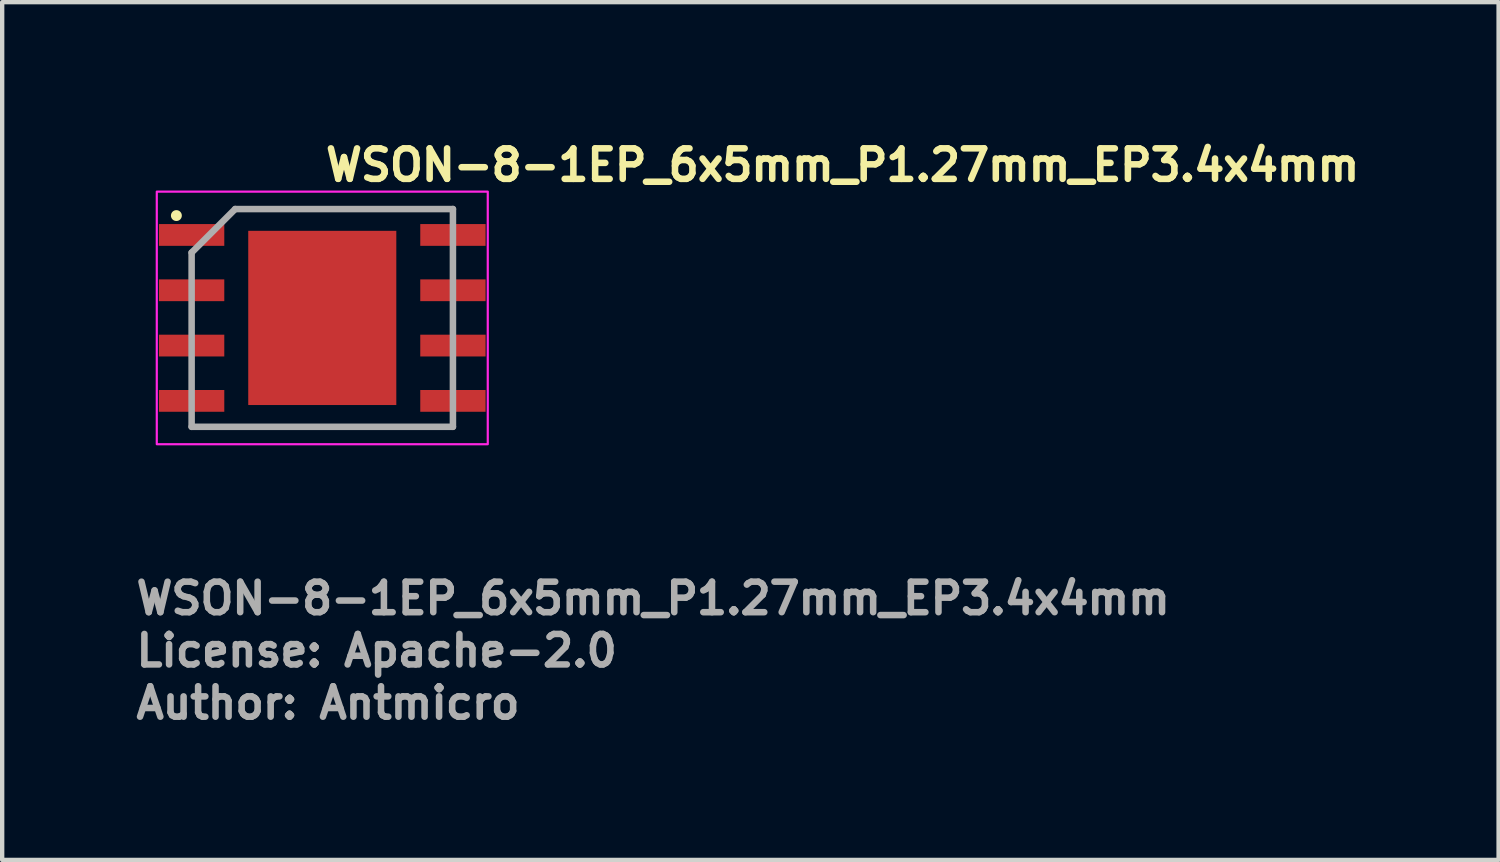
<source format=kicad_pcb>
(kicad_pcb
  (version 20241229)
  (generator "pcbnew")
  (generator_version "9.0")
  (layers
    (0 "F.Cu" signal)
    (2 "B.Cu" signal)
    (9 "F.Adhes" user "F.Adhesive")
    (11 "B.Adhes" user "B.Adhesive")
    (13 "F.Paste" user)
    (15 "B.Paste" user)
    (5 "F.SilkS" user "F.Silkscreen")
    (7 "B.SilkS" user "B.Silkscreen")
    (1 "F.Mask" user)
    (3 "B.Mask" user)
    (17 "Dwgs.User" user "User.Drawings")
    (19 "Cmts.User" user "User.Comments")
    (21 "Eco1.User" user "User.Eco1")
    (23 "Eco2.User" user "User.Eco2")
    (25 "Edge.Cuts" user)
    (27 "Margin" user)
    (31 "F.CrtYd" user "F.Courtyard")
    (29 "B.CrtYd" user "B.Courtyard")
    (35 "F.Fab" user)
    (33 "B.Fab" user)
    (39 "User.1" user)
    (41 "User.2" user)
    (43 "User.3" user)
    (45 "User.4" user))
  (footprint "WSON-8-1EP_6x5mm_P1.27mm_EP3.4x4mm"
    (layer "F.Cu")
    (at 4.35 4.25)
    (property "Reference" "WSON-8-1EP_6x5mm_P1.27mm_EP3.4x4mm" (at 0 -3.1 0) (layer "F.SilkS") (effects (font (size 0.7 0.7) (thickness 0.15)) (justify left bottom)))
    (attr smd)
    (fp_circle (center -3.35 -2.35) (end -3.3 -2.35) (stroke (width 0.15) (type solid)) (fill yes) (layer "F.SilkS"))
    (fp_rect (start -3.8 -2.9) (end 3.8 2.9) (stroke (width 0.05) (type solid)) (fill no) (layer "F.CrtYd"))
    (fp_line (start -3 -1.5) (end -3 2.5) (stroke (width 0.15) (type solid)) (layer "F.Fab"))
    (fp_line (start -3 2.5) (end 3 2.5) (stroke (width 0.15) (type solid)) (layer "F.Fab"))
    (fp_line (start -2 -2.5) (end -3 -1.5) (stroke (width 0.15) (type solid)) (layer "F.Fab"))
    (fp_line (start 3 -2.5) (end -2 -2.5) (stroke (width 0.15) (type solid)) (layer "F.Fab"))
    (fp_line (start 3 2.5) (end 3 -2.5) (stroke (width 0.15) (type solid)) (layer "F.Fab"))
    (fp_rect (start -3 -2.5) (end 3 2.5) (stroke (width 0.1) (type solid)) (fill no) (layer "User.5"))
    (fp_line (start -3 -2.5) (end -3 2.5) (stroke (width 0.02) (type solid)) (layer "User.9"))
    (fp_line (start -3 2.5) (end 3 2.5) (stroke (width 0.02) (type solid)) (layer "User.9"))
    (fp_line (start -2.81 -2.119) (end -2.809 -2.109) (stroke (width 0.02) (type solid)) (layer "User.9"))
    (fp_line (start -2.81 -2.119) (end -2.809 -2.109) (stroke (width 0.02) (type solid)) (layer "User.9"))
    (fp_line (start -2.809 -2.138) (end -2.809 -2.129) (stroke (width 0.02) (type solid)) (layer "User.9"))
    (fp_line (start -2.809 -2.138) (end -2.809 -2.129) (stroke (width 0.02) (type solid)) (layer "User.9"))
    (fp_line (start -2.809 -2.129) (end -2.81 -2.119) (stroke (width 0.02) (type solid)) (layer "User.9"))
    (fp_line (start -2.809 -2.129) (end -2.81 -2.119) (stroke (width 0.02) (type solid)) (layer "User.9"))
    (fp_line (start -2.809 -2.109) (end -2.809 -2.1) (stroke (width 0.02) (type solid)) (layer "User.9"))
    (fp_line (start -2.809 -2.109) (end -2.809 -2.1) (stroke (width 0.02) (type solid)) (layer "User.9"))
    (fp_line (start -2.809 -2.1) (end -2.807 -2.09) (stroke (width 0.02) (type solid)) (layer "User.9"))
    (fp_line (start -2.809 -2.1) (end -2.807 -2.09) (stroke (width 0.02) (type solid)) (layer "User.9"))
    (fp_line (start -2.807 -2.148) (end -2.809 -2.138) (stroke (width 0.02) (type solid)) (layer "User.9"))
    (fp_line (start -2.807 -2.148) (end -2.809 -2.138) (stroke (width 0.02) (type solid)) (layer "User.9"))
    (fp_line (start -2.807 -2.09) (end -2.806 -2.081) (stroke (width 0.02) (type solid)) (layer "User.9"))
    (fp_line (start -2.807 -2.09) (end -2.806 -2.081) (stroke (width 0.02) (type solid)) (layer "User.9"))
    (fp_line (start -2.806 -2.157) (end -2.807 -2.148) (stroke (width 0.02) (type solid)) (layer "User.9"))
    (fp_line (start -2.806 -2.157) (end -2.807 -2.148) (stroke (width 0.02) (type solid)) (layer "User.9"))
    (fp_line (start -2.806 -2.081) (end -2.804 -2.071) (stroke (width 0.02) (type solid)) (layer "User.9"))
    (fp_line (start -2.806 -2.081) (end -2.804 -2.071) (stroke (width 0.02) (type solid)) (layer "User.9"))
    (fp_line (start -2.804 -2.071) (end -2.801 -2.062) (stroke (width 0.02) (type solid)) (layer "User.9"))
    (fp_line (start -2.804 -2.071) (end -2.801 -2.062) (stroke (width 0.02) (type solid)) (layer "User.9"))
    (fp_line (start -2.803 -2.167) (end -2.806 -2.157) (stroke (width 0.02) (type solid)) (layer "User.9"))
    (fp_line (start -2.803 -2.167) (end -2.806 -2.157) (stroke (width 0.02) (type solid)) (layer "User.9"))
    (fp_line (start -2.801 -2.176) (end -2.803 -2.167) (stroke (width 0.02) (type solid)) (layer "User.9"))
    (fp_line (start -2.801 -2.176) (end -2.803 -2.167) (stroke (width 0.02) (type solid)) (layer "User.9"))
    (fp_line (start -2.801 -2.062) (end -2.798 -2.054) (stroke (width 0.02) (type solid)) (layer "User.9"))
    (fp_line (start -2.801 -2.062) (end -2.798 -2.054) (stroke (width 0.02) (type solid)) (layer "User.9"))
    (fp_line (start -2.798 -2.184) (end -2.801 -2.176) (stroke (width 0.02) (type solid)) (layer "User.9"))
    (fp_line (start -2.798 -2.184) (end -2.801 -2.176) (stroke (width 0.02) (type solid)) (layer "User.9"))
    (fp_line (start -2.798 -2.054) (end -2.795 -2.045) (stroke (width 0.02) (type solid)) (layer "User.9"))
    (fp_line (start -2.798 -2.054) (end -2.795 -2.045) (stroke (width 0.02) (type solid)) (layer "User.9"))
    (fp_line (start -2.795 -2.193) (end -2.798 -2.184) (stroke (width 0.02) (type solid)) (layer "User.9"))
    (fp_line (start -2.795 -2.193) (end -2.798 -2.184) (stroke (width 0.02) (type solid)) (layer "User.9"))
    (fp_line (start -2.795 -2.045) (end -2.791 -2.036) (stroke (width 0.02) (type solid)) (layer "User.9"))
    (fp_line (start -2.795 -2.045) (end -2.791 -2.036) (stroke (width 0.02) (type solid)) (layer "User.9"))
    (fp_line (start -2.791 -2.202) (end -2.795 -2.193) (stroke (width 0.02) (type solid)) (layer "User.9"))
    (fp_line (start -2.791 -2.202) (end -2.795 -2.193) (stroke (width 0.02) (type solid)) (layer "User.9"))
    (fp_line (start -2.791 -2.036) (end -2.787 -2.028) (stroke (width 0.02) (type solid)) (layer "User.9"))
    (fp_line (start -2.791 -2.036) (end -2.787 -2.028) (stroke (width 0.02) (type solid)) (layer "User.9"))
    (fp_line (start -2.787 -2.028) (end -2.782 -2.02) (stroke (width 0.02) (type solid)) (layer "User.9"))
    (fp_line (start -2.787 -2.028) (end -2.782 -2.02) (stroke (width 0.02) (type solid)) (layer "User.9"))
    (fp_line (start -2.786 -2.21) (end -2.791 -2.202) (stroke (width 0.02) (type solid)) (layer "User.9"))
    (fp_line (start -2.786 -2.21) (end -2.791 -2.202) (stroke (width 0.02) (type solid)) (layer "User.9"))
    (fp_line (start -2.782 -2.218) (end -2.786 -2.21) (stroke (width 0.02) (type solid)) (layer "User.9"))
    (fp_line (start -2.782 -2.218) (end -2.786 -2.21) (stroke (width 0.02) (type solid)) (layer "User.9"))
    (fp_line (start -2.782 -2.02) (end -2.777 -2.013) (stroke (width 0.02) (type solid)) (layer "User.9"))
    (fp_line (start -2.782 -2.02) (end -2.777 -2.013) (stroke (width 0.02) (type solid)) (layer "User.9"))
    (fp_line (start -2.777 -2.225) (end -2.782 -2.218) (stroke (width 0.02) (type solid)) (layer "User.9"))
    (fp_line (start -2.777 -2.225) (end -2.782 -2.218) (stroke (width 0.02) (type solid)) (layer "User.9"))
    (fp_line (start -2.777 -2.013) (end -2.772 -2.005) (stroke (width 0.02) (type solid)) (layer "User.9"))
    (fp_line (start -2.777 -2.013) (end -2.772 -2.005) (stroke (width 0.02) (type solid)) (layer "User.9"))
    (fp_line (start -2.772 -2.233) (end -2.777 -2.225) (stroke (width 0.02) (type solid)) (layer "User.9"))
    (fp_line (start -2.772 -2.233) (end -2.777 -2.225) (stroke (width 0.02) (type solid)) (layer "User.9"))
    (fp_line (start -2.772 -2.005) (end -2.766 -1.998) (stroke (width 0.02) (type solid)) (layer "User.9"))
    (fp_line (start -2.772 -2.005) (end -2.766 -1.998) (stroke (width 0.02) (type solid)) (layer "User.9"))
    (fp_line (start -2.766 -2.24) (end -2.772 -2.233) (stroke (width 0.02) (type solid)) (layer "User.9"))
    (fp_line (start -2.766 -2.24) (end -2.772 -2.233) (stroke (width 0.02) (type solid)) (layer "User.9"))
    (fp_line (start -2.766 -1.998) (end -2.76 -1.991) (stroke (width 0.02) (type solid)) (layer "User.9"))
    (fp_line (start -2.766 -1.998) (end -2.76 -1.991) (stroke (width 0.02) (type solid)) (layer "User.9"))
    (fp_line (start -2.76 -2.247) (end -2.766 -2.24) (stroke (width 0.02) (type solid)) (layer "User.9"))
    (fp_line (start -2.76 -2.247) (end -2.766 -2.24) (stroke (width 0.02) (type solid)) (layer "User.9"))
    (fp_line (start -2.76 -1.991) (end -2.754 -1.984) (stroke (width 0.02) (type solid)) (layer "User.9"))
    (fp_line (start -2.76 -1.991) (end -2.754 -1.984) (stroke (width 0.02) (type solid)) (layer "User.9"))
    (fp_line (start -2.754 -2.254) (end -2.76 -2.247) (stroke (width 0.02) (type solid)) (layer "User.9"))
    (fp_line (start -2.754 -2.254) (end -2.76 -2.247) (stroke (width 0.02) (type solid)) (layer "User.9"))
    (fp_line (start -2.754 -1.984) (end -2.747 -1.978) (stroke (width 0.02) (type solid)) (layer "User.9"))
    (fp_line (start -2.754 -1.984) (end -2.747 -1.978) (stroke (width 0.02) (type solid)) (layer "User.9"))
    (fp_line (start -2.747 -2.26) (end -2.754 -2.254) (stroke (width 0.02) (type solid)) (layer "User.9"))
    (fp_line (start -2.747 -2.26) (end -2.754 -2.254) (stroke (width 0.02) (type solid)) (layer "User.9"))
    (fp_line (start -2.747 -1.978) (end -2.74 -1.972) (stroke (width 0.02) (type solid)) (layer "User.9"))
    (fp_line (start -2.747 -1.978) (end -2.74 -1.972) (stroke (width 0.02) (type solid)) (layer "User.9"))
    (fp_line (start -2.74 -2.266) (end -2.747 -2.26) (stroke (width 0.02) (type solid)) (layer "User.9"))
    (fp_line (start -2.74 -2.266) (end -2.747 -2.26) (stroke (width 0.02) (type solid)) (layer "User.9"))
    (fp_line (start -2.74 -1.972) (end -2.733 -1.966) (stroke (width 0.02) (type solid)) (layer "User.9"))
    (fp_line (start -2.74 -1.972) (end -2.733 -1.966) (stroke (width 0.02) (type solid)) (layer "User.9"))
    (fp_line (start -2.733 -2.272) (end -2.74 -2.266) (stroke (width 0.02) (type solid)) (layer "User.9"))
    (fp_line (start -2.733 -2.272) (end -2.74 -2.266) (stroke (width 0.02) (type solid)) (layer "User.9"))
    (fp_line (start -2.733 -1.966) (end -2.726 -1.961) (stroke (width 0.02) (type solid)) (layer "User.9"))
    (fp_line (start -2.733 -1.966) (end -2.726 -1.961) (stroke (width 0.02) (type solid)) (layer "User.9"))
    (fp_line (start -2.726 -1.961) (end -2.718 -1.956) (stroke (width 0.02) (type solid)) (layer "User.9"))
    (fp_line (start -2.726 -1.961) (end -2.718 -1.956) (stroke (width 0.02) (type solid)) (layer "User.9"))
    (fp_line (start -2.725 -2.277) (end -2.733 -2.272) (stroke (width 0.02) (type solid)) (layer "User.9"))
    (fp_line (start -2.725 -2.277) (end -2.733 -2.272) (stroke (width 0.02) (type solid)) (layer "User.9"))
    (fp_line (start -2.718 -2.282) (end -2.725 -2.277) (stroke (width 0.02) (type solid)) (layer "User.9"))
    (fp_line (start -2.718 -2.282) (end -2.725 -2.277) (stroke (width 0.02) (type solid)) (layer "User.9"))
    (fp_line (start -2.718 -1.956) (end -2.71 -1.952) (stroke (width 0.02) (type solid)) (layer "User.9"))
    (fp_line (start -2.718 -1.956) (end -2.71 -1.952) (stroke (width 0.02) (type solid)) (layer "User.9"))
    (fp_line (start -2.71 -2.286) (end -2.718 -2.282) (stroke (width 0.02) (type solid)) (layer "User.9"))
    (fp_line (start -2.71 -2.286) (end -2.718 -2.282) (stroke (width 0.02) (type solid)) (layer "User.9"))
    (fp_line (start -2.71 -1.952) (end -2.702 -1.947) (stroke (width 0.02) (type solid)) (layer "User.9"))
    (fp_line (start -2.71 -1.952) (end -2.702 -1.947) (stroke (width 0.02) (type solid)) (layer "User.9"))
    (fp_line (start -2.702 -2.291) (end -2.71 -2.286) (stroke (width 0.02) (type solid)) (layer "User.9"))
    (fp_line (start -2.702 -2.291) (end -2.71 -2.286) (stroke (width 0.02) (type solid)) (layer "User.9"))
    (fp_line (start -2.702 -1.947) (end -2.693 -1.944) (stroke (width 0.02) (type solid)) (layer "User.9"))
    (fp_line (start -2.702 -1.947) (end -2.693 -1.944) (stroke (width 0.02) (type solid)) (layer "User.9"))
    (fp_line (start -2.693 -2.294) (end -2.702 -2.291) (stroke (width 0.02) (type solid)) (layer "User.9"))
    (fp_line (start -2.693 -2.294) (end -2.702 -2.291) (stroke (width 0.02) (type solid)) (layer "User.9"))
    (fp_line (start -2.693 -1.944) (end -2.685 -1.94) (stroke (width 0.02) (type solid)) (layer "User.9"))
    (fp_line (start -2.693 -1.944) (end -2.685 -1.94) (stroke (width 0.02) (type solid)) (layer "User.9"))
    (fp_line (start -2.685 -1.94) (end -2.676 -1.937) (stroke (width 0.02) (type solid)) (layer "User.9"))
    (fp_line (start -2.685 -1.94) (end -2.676 -1.937) (stroke (width 0.02) (type solid)) (layer "User.9"))
    (fp_line (start -2.684 -2.298) (end -2.693 -2.294) (stroke (width 0.02) (type solid)) (layer "User.9"))
    (fp_line (start -2.684 -2.298) (end -2.693 -2.294) (stroke (width 0.02) (type solid)) (layer "User.9"))
    (fp_line (start -2.676 -2.301) (end -2.684 -2.298) (stroke (width 0.02) (type solid)) (layer "User.9"))
    (fp_line (start -2.676 -2.301) (end -2.684 -2.298) (stroke (width 0.02) (type solid)) (layer "User.9"))
    (fp_line (start -2.676 -1.937) (end -2.667 -1.935) (stroke (width 0.02) (type solid)) (layer "User.9"))
    (fp_line (start -2.676 -1.937) (end -2.667 -1.935) (stroke (width 0.02) (type solid)) (layer "User.9"))
    (fp_line (start -2.667 -2.303) (end -2.676 -2.301) (stroke (width 0.02) (type solid)) (layer "User.9"))
    (fp_line (start -2.667 -2.303) (end -2.676 -2.301) (stroke (width 0.02) (type solid)) (layer "User.9"))
    (fp_line (start -2.667 -1.935) (end -2.657 -1.932) (stroke (width 0.02) (type solid)) (layer "User.9"))
    (fp_line (start -2.667 -1.935) (end -2.657 -1.932) (stroke (width 0.02) (type solid)) (layer "User.9"))
    (fp_line (start -2.657 -2.306) (end -2.667 -2.303) (stroke (width 0.02) (type solid)) (layer "User.9"))
    (fp_line (start -2.657 -2.306) (end -2.667 -2.303) (stroke (width 0.02) (type solid)) (layer "User.9"))
    (fp_line (start -2.657 -1.932) (end -2.648 -1.931) (stroke (width 0.02) (type solid)) (layer "User.9"))
    (fp_line (start -2.657 -1.932) (end -2.648 -1.931) (stroke (width 0.02) (type solid)) (layer "User.9"))
    (fp_line (start -2.648 -2.307) (end -2.657 -2.306) (stroke (width 0.02) (type solid)) (layer "User.9"))
    (fp_line (start -2.648 -2.307) (end -2.657 -2.306) (stroke (width 0.02) (type solid)) (layer "User.9"))
    (fp_line (start -2.648 -1.931) (end -2.639 -1.93) (stroke (width 0.02) (type solid)) (layer "User.9"))
    (fp_line (start -2.648 -1.931) (end -2.639 -1.93) (stroke (width 0.02) (type solid)) (layer "User.9"))
    (fp_line (start -2.639 -1.93) (end -2.629 -1.929) (stroke (width 0.02) (type solid)) (layer "User.9"))
    (fp_line (start -2.639 -1.93) (end -2.629 -1.929) (stroke (width 0.02) (type solid)) (layer "User.9"))
    (fp_line (start -2.638 -2.308) (end -2.648 -2.307) (stroke (width 0.02) (type solid)) (layer "User.9"))
    (fp_line (start -2.638 -2.308) (end -2.648 -2.307) (stroke (width 0.02) (type solid)) (layer "User.9"))
    (fp_line (start -2.629 -2.309) (end -2.638 -2.308) (stroke (width 0.02) (type solid)) (layer "User.9"))
    (fp_line (start -2.629 -2.309) (end -2.638 -2.308) (stroke (width 0.02) (type solid)) (layer "User.9"))
    (fp_line (start -2.629 -1.929) (end -2.619 -1.929) (stroke (width 0.02) (type solid)) (layer "User.9"))
    (fp_line (start -2.629 -1.929) (end -2.619 -1.929) (stroke (width 0.02) (type solid)) (layer "User.9"))
    (fp_line (start -2.619 -2.309) (end -2.629 -2.309) (stroke (width 0.02) (type solid)) (layer "User.9"))
    (fp_line (start -2.619 -2.309) (end -2.629 -2.309) (stroke (width 0.02) (type solid)) (layer "User.9"))
    (fp_line (start -2.619 -1.929) (end -2.609 -1.929) (stroke (width 0.02) (type solid)) (layer "User.9"))
    (fp_line (start -2.619 -1.929) (end -2.609 -1.929) (stroke (width 0.02) (type solid)) (layer "User.9"))
    (fp_line (start -2.609 -2.309) (end -2.619 -2.309) (stroke (width 0.02) (type solid)) (layer "User.9"))
    (fp_line (start -2.609 -2.309) (end -2.619 -2.309) (stroke (width 0.02) (type solid)) (layer "User.9"))
    (fp_line (start -2.609 -1.929) (end -2.6 -1.93) (stroke (width 0.02) (type solid)) (layer "User.9"))
    (fp_line (start -2.609 -1.929) (end -2.6 -1.93) (stroke (width 0.02) (type solid)) (layer "User.9"))
    (fp_line (start -2.6 -1.93) (end -2.59 -1.931) (stroke (width 0.02) (type solid)) (layer "User.9"))
    (fp_line (start -2.6 -1.93) (end -2.59 -1.931) (stroke (width 0.02) (type solid)) (layer "User.9"))
    (fp_line (start -2.599 -2.308) (end -2.609 -2.309) (stroke (width 0.02) (type solid)) (layer "User.9"))
    (fp_line (start -2.599 -2.308) (end -2.609 -2.309) (stroke (width 0.02) (type solid)) (layer "User.9"))
    (fp_line (start -2.59 -2.307) (end -2.599 -2.308) (stroke (width 0.02) (type solid)) (layer "User.9"))
    (fp_line (start -2.59 -2.307) (end -2.599 -2.308) (stroke (width 0.02) (type solid)) (layer "User.9"))
    (fp_line (start -2.59 -1.931) (end -2.581 -1.932) (stroke (width 0.02) (type solid)) (layer "User.9"))
    (fp_line (start -2.59 -1.931) (end -2.581 -1.932) (stroke (width 0.02) (type solid)) (layer "User.9"))
    (fp_line (start -2.581 -2.306) (end -2.59 -2.307) (stroke (width 0.02) (type solid)) (layer "User.9"))
    (fp_line (start -2.581 -2.306) (end -2.59 -2.307) (stroke (width 0.02) (type solid)) (layer "User.9"))
    (fp_line (start -2.581 -1.932) (end -2.571 -1.935) (stroke (width 0.02) (type solid)) (layer "User.9"))
    (fp_line (start -2.581 -1.932) (end -2.571 -1.935) (stroke (width 0.02) (type solid)) (layer "User.9"))
    (fp_line (start -2.571 -2.303) (end -2.581 -2.306) (stroke (width 0.02) (type solid)) (layer "User.9"))
    (fp_line (start -2.571 -2.303) (end -2.581 -2.306) (stroke (width 0.02) (type solid)) (layer "User.9"))
    (fp_line (start -2.571 -1.935) (end -2.562 -1.937) (stroke (width 0.02) (type solid)) (layer "User.9"))
    (fp_line (start -2.571 -1.935) (end -2.562 -1.937) (stroke (width 0.02) (type solid)) (layer "User.9"))
    (fp_line (start -2.562 -2.301) (end -2.571 -2.303) (stroke (width 0.02) (type solid)) (layer "User.9"))
    (fp_line (start -2.562 -2.301) (end -2.571 -2.303) (stroke (width 0.02) (type solid)) (layer "User.9"))
    (fp_line (start -2.562 -1.937) (end -2.554 -1.94) (stroke (width 0.02) (type solid)) (layer "User.9"))
    (fp_line (start -2.562 -1.937) (end -2.554 -1.94) (stroke (width 0.02) (type solid)) (layer "User.9"))
    (fp_line (start -2.554 -1.94) (end -2.545 -1.944) (stroke (width 0.02) (type solid)) (layer "User.9"))
    (fp_line (start -2.554 -1.94) (end -2.545 -1.944) (stroke (width 0.02) (type solid)) (layer "User.9"))
    (fp_line (start -2.553 -2.298) (end -2.562 -2.301) (stroke (width 0.02) (type solid)) (layer "User.9"))
    (fp_line (start -2.553 -2.298) (end -2.562 -2.301) (stroke (width 0.02) (type solid)) (layer "User.9"))
    (fp_line (start -2.545 -2.294) (end -2.553 -2.298) (stroke (width 0.02) (type solid)) (layer "User.9"))
    (fp_line (start -2.545 -2.294) (end -2.553 -2.298) (stroke (width 0.02) (type solid)) (layer "User.9"))
    (fp_line (start -2.545 -1.944) (end -2.536 -1.947) (stroke (width 0.02) (type solid)) (layer "User.9"))
    (fp_line (start -2.545 -1.944) (end -2.536 -1.947) (stroke (width 0.02) (type solid)) (layer "User.9"))
    (fp_line (start -2.536 -2.291) (end -2.545 -2.294) (stroke (width 0.02) (type solid)) (layer "User.9"))
    (fp_line (start -2.536 -2.291) (end -2.545 -2.294) (stroke (width 0.02) (type solid)) (layer "User.9"))
    (fp_line (start -2.536 -1.947) (end -2.528 -1.952) (stroke (width 0.02) (type solid)) (layer "User.9"))
    (fp_line (start -2.536 -1.947) (end -2.528 -1.952) (stroke (width 0.02) (type solid)) (layer "User.9"))
    (fp_line (start -2.528 -2.286) (end -2.536 -2.291) (stroke (width 0.02) (type solid)) (layer "User.9"))
    (fp_line (start -2.528 -2.286) (end -2.536 -2.291) (stroke (width 0.02) (type solid)) (layer "User.9"))
    (fp_line (start -2.528 -1.952) (end -2.52 -1.956) (stroke (width 0.02) (type solid)) (layer "User.9"))
    (fp_line (start -2.528 -1.952) (end -2.52 -1.956) (stroke (width 0.02) (type solid)) (layer "User.9"))
    (fp_line (start -2.52 -2.282) (end -2.528 -2.286) (stroke (width 0.02) (type solid)) (layer "User.9"))
    (fp_line (start -2.52 -2.282) (end -2.528 -2.286) (stroke (width 0.02) (type solid)) (layer "User.9"))
    (fp_line (start -2.52 -1.956) (end -2.513 -1.961) (stroke (width 0.02) (type solid)) (layer "User.9"))
    (fp_line (start -2.52 -1.956) (end -2.513 -1.961) (stroke (width 0.02) (type solid)) (layer "User.9"))
    (fp_line (start -2.513 -1.961) (end -2.505 -1.966) (stroke (width 0.02) (type solid)) (layer "User.9"))
    (fp_line (start -2.513 -1.961) (end -2.505 -1.966) (stroke (width 0.02) (type solid)) (layer "User.9"))
    (fp_line (start -2.512 -2.277) (end -2.52 -2.282) (stroke (width 0.02) (type solid)) (layer "User.9"))
    (fp_line (start -2.512 -2.277) (end -2.52 -2.282) (stroke (width 0.02) (type solid)) (layer "User.9"))
    (fp_line (start -2.505 -2.272) (end -2.512 -2.277) (stroke (width 0.02) (type solid)) (layer "User.9"))
    (fp_line (start -2.505 -2.272) (end -2.512 -2.277) (stroke (width 0.02) (type solid)) (layer "User.9"))
    (fp_line (start -2.505 -1.966) (end -2.498 -1.972) (stroke (width 0.02) (type solid)) (layer "User.9"))
    (fp_line (start -2.505 -1.966) (end -2.498 -1.972) (stroke (width 0.02) (type solid)) (layer "User.9"))
    (fp_line (start -2.498 -2.266) (end -2.505 -2.272) (stroke (width 0.02) (type solid)) (layer "User.9"))
    (fp_line (start -2.498 -2.266) (end -2.505 -2.272) (stroke (width 0.02) (type solid)) (layer "User.9"))
    (fp_line (start -2.498 -1.972) (end -2.491 -1.978) (stroke (width 0.02) (type solid)) (layer "User.9"))
    (fp_line (start -2.498 -1.972) (end -2.491 -1.978) (stroke (width 0.02) (type solid)) (layer "User.9"))
    (fp_line (start -2.491 -2.26) (end -2.498 -2.266) (stroke (width 0.02) (type solid)) (layer "User.9"))
    (fp_line (start -2.491 -2.26) (end -2.498 -2.266) (stroke (width 0.02) (type solid)) (layer "User.9"))
    (fp_line (start -2.491 -1.978) (end -2.484 -1.984) (stroke (width 0.02) (type solid)) (layer "User.9"))
    (fp_line (start -2.491 -1.978) (end -2.484 -1.984) (stroke (width 0.02) (type solid)) (layer "User.9"))
    (fp_line (start -2.484 -2.254) (end -2.491 -2.26) (stroke (width 0.02) (type solid)) (layer "User.9"))
    (fp_line (start -2.484 -2.254) (end -2.491 -2.26) (stroke (width 0.02) (type solid)) (layer "User.9"))
    (fp_line (start -2.484 -1.984) (end -2.478 -1.991) (stroke (width 0.02) (type solid)) (layer "User.9"))
    (fp_line (start -2.484 -1.984) (end -2.478 -1.991) (stroke (width 0.02) (type solid)) (layer "User.9"))
    (fp_line (start -2.478 -2.247) (end -2.484 -2.254) (stroke (width 0.02) (type solid)) (layer "User.9"))
    (fp_line (start -2.478 -2.247) (end -2.484 -2.254) (stroke (width 0.02) (type solid)) (layer "User.9"))
    (fp_line (start -2.478 -1.991) (end -2.472 -1.998) (stroke (width 0.02) (type solid)) (layer "User.9"))
    (fp_line (start -2.478 -1.991) (end -2.472 -1.998) (stroke (width 0.02) (type solid)) (layer "User.9"))
    (fp_line (start -2.472 -2.24) (end -2.478 -2.247) (stroke (width 0.02) (type solid)) (layer "User.9"))
    (fp_line (start -2.472 -2.24) (end -2.478 -2.247) (stroke (width 0.02) (type solid)) (layer "User.9"))
    (fp_line (start -2.472 -1.998) (end -2.466 -2.005) (stroke (width 0.02) (type solid)) (layer "User.9"))
    (fp_line (start -2.472 -1.998) (end -2.466 -2.005) (stroke (width 0.02) (type solid)) (layer "User.9"))
    (fp_line (start -2.466 -2.233) (end -2.472 -2.24) (stroke (width 0.02) (type solid)) (layer "User.9"))
    (fp_line (start -2.466 -2.233) (end -2.472 -2.24) (stroke (width 0.02) (type solid)) (layer "User.9"))
    (fp_line (start -2.466 -2.005) (end -2.461 -2.013) (stroke (width 0.02) (type solid)) (layer "User.9"))
    (fp_line (start -2.466 -2.005) (end -2.461 -2.013) (stroke (width 0.02) (type solid)) (layer "User.9"))
    (fp_line (start -2.461 -2.225) (end -2.466 -2.233) (stroke (width 0.02) (type solid)) (layer "User.9"))
    (fp_line (start -2.461 -2.225) (end -2.466 -2.233) (stroke (width 0.02) (type solid)) (layer "User.9"))
    (fp_line (start -2.461 -2.013) (end -2.456 -2.02) (stroke (width 0.02) (type solid)) (layer "User.9"))
    (fp_line (start -2.461 -2.013) (end -2.456 -2.02) (stroke (width 0.02) (type solid)) (layer "User.9"))
    (fp_line (start -2.456 -2.218) (end -2.461 -2.225) (stroke (width 0.02) (type solid)) (layer "User.9"))
    (fp_line (start -2.456 -2.218) (end -2.461 -2.225) (stroke (width 0.02) (type solid)) (layer "User.9"))
    (fp_line (start -2.456 -2.02) (end -2.452 -2.028) (stroke (width 0.02) (type solid)) (layer "User.9"))
    (fp_line (start -2.456 -2.02) (end -2.452 -2.028) (stroke (width 0.02) (type solid)) (layer "User.9"))
    (fp_line (start -2.452 -2.028) (end -2.447 -2.036) (stroke (width 0.02) (type solid)) (layer "User.9"))
    (fp_line (start -2.452 -2.028) (end -2.447 -2.036) (stroke (width 0.02) (type solid)) (layer "User.9"))
    (fp_line (start -2.451 -2.21) (end -2.456 -2.218) (stroke (width 0.02) (type solid)) (layer "User.9"))
    (fp_line (start -2.451 -2.21) (end -2.456 -2.218) (stroke (width 0.02) (type solid)) (layer "User.9"))
    (fp_line (start -2.447 -2.202) (end -2.451 -2.21) (stroke (width 0.02) (type solid)) (layer "User.9"))
    (fp_line (start -2.447 -2.202) (end -2.451 -2.21) (stroke (width 0.02) (type solid)) (layer "User.9"))
    (fp_line (start -2.447 -2.036) (end -2.443 -2.045) (stroke (width 0.02) (type solid)) (layer "User.9"))
    (fp_line (start -2.447 -2.036) (end -2.443 -2.045) (stroke (width 0.02) (type solid)) (layer "User.9"))
    (fp_line (start -2.443 -2.193) (end -2.447 -2.202) (stroke (width 0.02) (type solid)) (layer "User.9"))
    (fp_line (start -2.443 -2.193) (end -2.447 -2.202) (stroke (width 0.02) (type solid)) (layer "User.9"))
    (fp_line (start -2.443 -2.045) (end -2.44 -2.054) (stroke (width 0.02) (type solid)) (layer "User.9"))
    (fp_line (start -2.443 -2.045) (end -2.44 -2.054) (stroke (width 0.02) (type solid)) (layer "User.9"))
    (fp_line (start -2.44 -2.184) (end -2.443 -2.193) (stroke (width 0.02) (type solid)) (layer "User.9"))
    (fp_line (start -2.44 -2.184) (end -2.443 -2.193) (stroke (width 0.02) (type solid)) (layer "User.9"))
    (fp_line (start -2.44 -2.054) (end -2.437 -2.062) (stroke (width 0.02) (type solid)) (layer "User.9"))
    (fp_line (start -2.44 -2.054) (end -2.437 -2.062) (stroke (width 0.02) (type solid)) (layer "User.9"))
    (fp_line (start -2.437 -2.176) (end -2.44 -2.184) (stroke (width 0.02) (type solid)) (layer "User.9"))
    (fp_line (start -2.437 -2.176) (end -2.44 -2.184) (stroke (width 0.02) (type solid)) (layer "User.9"))
    (fp_line (start -2.437 -2.062) (end -2.435 -2.071) (stroke (width 0.02) (type solid)) (layer "User.9"))
    (fp_line (start -2.437 -2.062) (end -2.435 -2.071) (stroke (width 0.02) (type solid)) (layer "User.9"))
    (fp_line (start -2.435 -2.071) (end -2.432 -2.081) (stroke (width 0.02) (type solid)) (layer "User.9"))
    (fp_line (start -2.435 -2.071) (end -2.432 -2.081) (stroke (width 0.02) (type solid)) (layer "User.9"))
    (fp_line (start -2.434 -2.167) (end -2.437 -2.176) (stroke (width 0.02) (type solid)) (layer "User.9"))
    (fp_line (start -2.434 -2.167) (end -2.437 -2.176) (stroke (width 0.02) (type solid)) (layer "User.9"))
    (fp_line (start -2.432 -2.157) (end -2.434 -2.167) (stroke (width 0.02) (type solid)) (layer "User.9"))
    (fp_line (start -2.432 -2.157) (end -2.434 -2.167) (stroke (width 0.02) (type solid)) (layer "User.9"))
    (fp_line (start -2.432 -2.081) (end -2.431 -2.09) (stroke (width 0.02) (type solid)) (layer "User.9"))
    (fp_line (start -2.432 -2.081) (end -2.431 -2.09) (stroke (width 0.02) (type solid)) (layer "User.9"))
    (fp_line (start -2.431 -2.148) (end -2.432 -2.157) (stroke (width 0.02) (type solid)) (layer "User.9"))
    (fp_line (start -2.431 -2.148) (end -2.432 -2.157) (stroke (width 0.02) (type solid)) (layer "User.9"))
    (fp_line (start -2.431 -2.09) (end -2.429 -2.1) (stroke (width 0.02) (type solid)) (layer "User.9"))
    (fp_line (start -2.431 -2.09) (end -2.429 -2.1) (stroke (width 0.02) (type solid)) (layer "User.9"))
    (fp_line (start -2.429 -2.138) (end -2.431 -2.148) (stroke (width 0.02) (type solid)) (layer "User.9"))
    (fp_line (start -2.429 -2.138) (end -2.431 -2.148) (stroke (width 0.02) (type solid)) (layer "User.9"))
    (fp_line (start -2.429 -2.129) (end -2.429 -2.138) (stroke (width 0.02) (type solid)) (layer "User.9"))
    (fp_line (start -2.429 -2.129) (end -2.429 -2.138) (stroke (width 0.02) (type solid)) (layer "User.9"))
    (fp_line (start -2.429 -2.109) (end -2.428 -2.119) (stroke (width 0.02) (type solid)) (layer "User.9"))
    (fp_line (start -2.429 -2.109) (end -2.428 -2.119) (stroke (width 0.02) (type solid)) (layer "User.9"))
    (fp_line (start -2.429 -2.1) (end -2.429 -2.109) (stroke (width 0.02) (type solid)) (layer "User.9"))
    (fp_line (start -2.429 -2.1) (end -2.429 -2.109) (stroke (width 0.02) (type solid)) (layer "User.9"))
    (fp_line (start -2.428 -2.119) (end -2.429 -2.129) (stroke (width 0.02) (type solid)) (layer "User.9"))
    (fp_line (start -2.428 -2.119) (end -2.429 -2.129) (stroke (width 0.02) (type solid)) (layer "User.9"))
    (fp_line (start 3 -2.5) (end -3 -2.5) (stroke (width 0.02) (type solid)) (layer "User.9"))
    (fp_line (start 3 2.5) (end 3 -2.5) (stroke (width 0.02) (type solid)) (layer "User.9"))
    (fp_text user "Author: Antmicro" (at -4.35 9.25 0) (layer "F.Fab") (effects (font (size 0.7 0.7) (thickness 0.15)) (justify left bottom)))
    (fp_text user "License: Apache-2.0" (at -4.35 8.05 0) (layer "F.Fab") (effects (font (size 0.7 0.7) (thickness 0.15)) (justify left bottom)))
    (fp_text user "${REFERENCE}" (at -4.35 6.85 0) (layer "F.Fab") (effects (font (size 0.7 0.7) (thickness 0.15)) (justify left bottom)))
    (pad "1" smd rect (at -3 -1.905 90) (size 0.5 1.5) (layers "F.Cu" "F.Mask" "F.Paste"))
    (pad "2" smd rect (at -3 -0.635 90) (size 0.5 1.5) (layers "F.Cu" "F.Mask" "F.Paste"))
    (pad "3" smd rect (at -3 0.635 90) (size 0.5 1.5) (layers "F.Cu" "F.Mask" "F.Paste"))
    (pad "4" smd rect (at -3 1.905 90) (size 0.5 1.5) (layers "F.Cu" "F.Mask" "F.Paste"))
    (pad "5" smd rect (at 3 1.905 90) (size 0.5 1.5) (layers "F.Cu" "F.Mask" "F.Paste"))
    (pad "6" smd rect (at 3 0.635 90) (size 0.5 1.5) (layers "F.Cu" "F.Mask" "F.Paste"))
    (pad "7" smd rect (at 3 -0.635 90) (size 0.5 1.5) (layers "F.Cu" "F.Mask" "F.Paste"))
    (pad "8" smd rect (at 3 -1.905 90) (size 0.5 1.5) (layers "F.Cu" "F.Mask" "F.Paste"))
    (pad "9" smd rect (at 0 0) (size 3.4 4) (layers "F.Cu" "F.Mask" "F.Paste")))
  (gr_rect
    (start -3 -3)
    (end 31.36 16.695)
    (stroke (width 0.1) (type default))
    (fill no)
    (layer "Edge.Cuts")))
</source>
